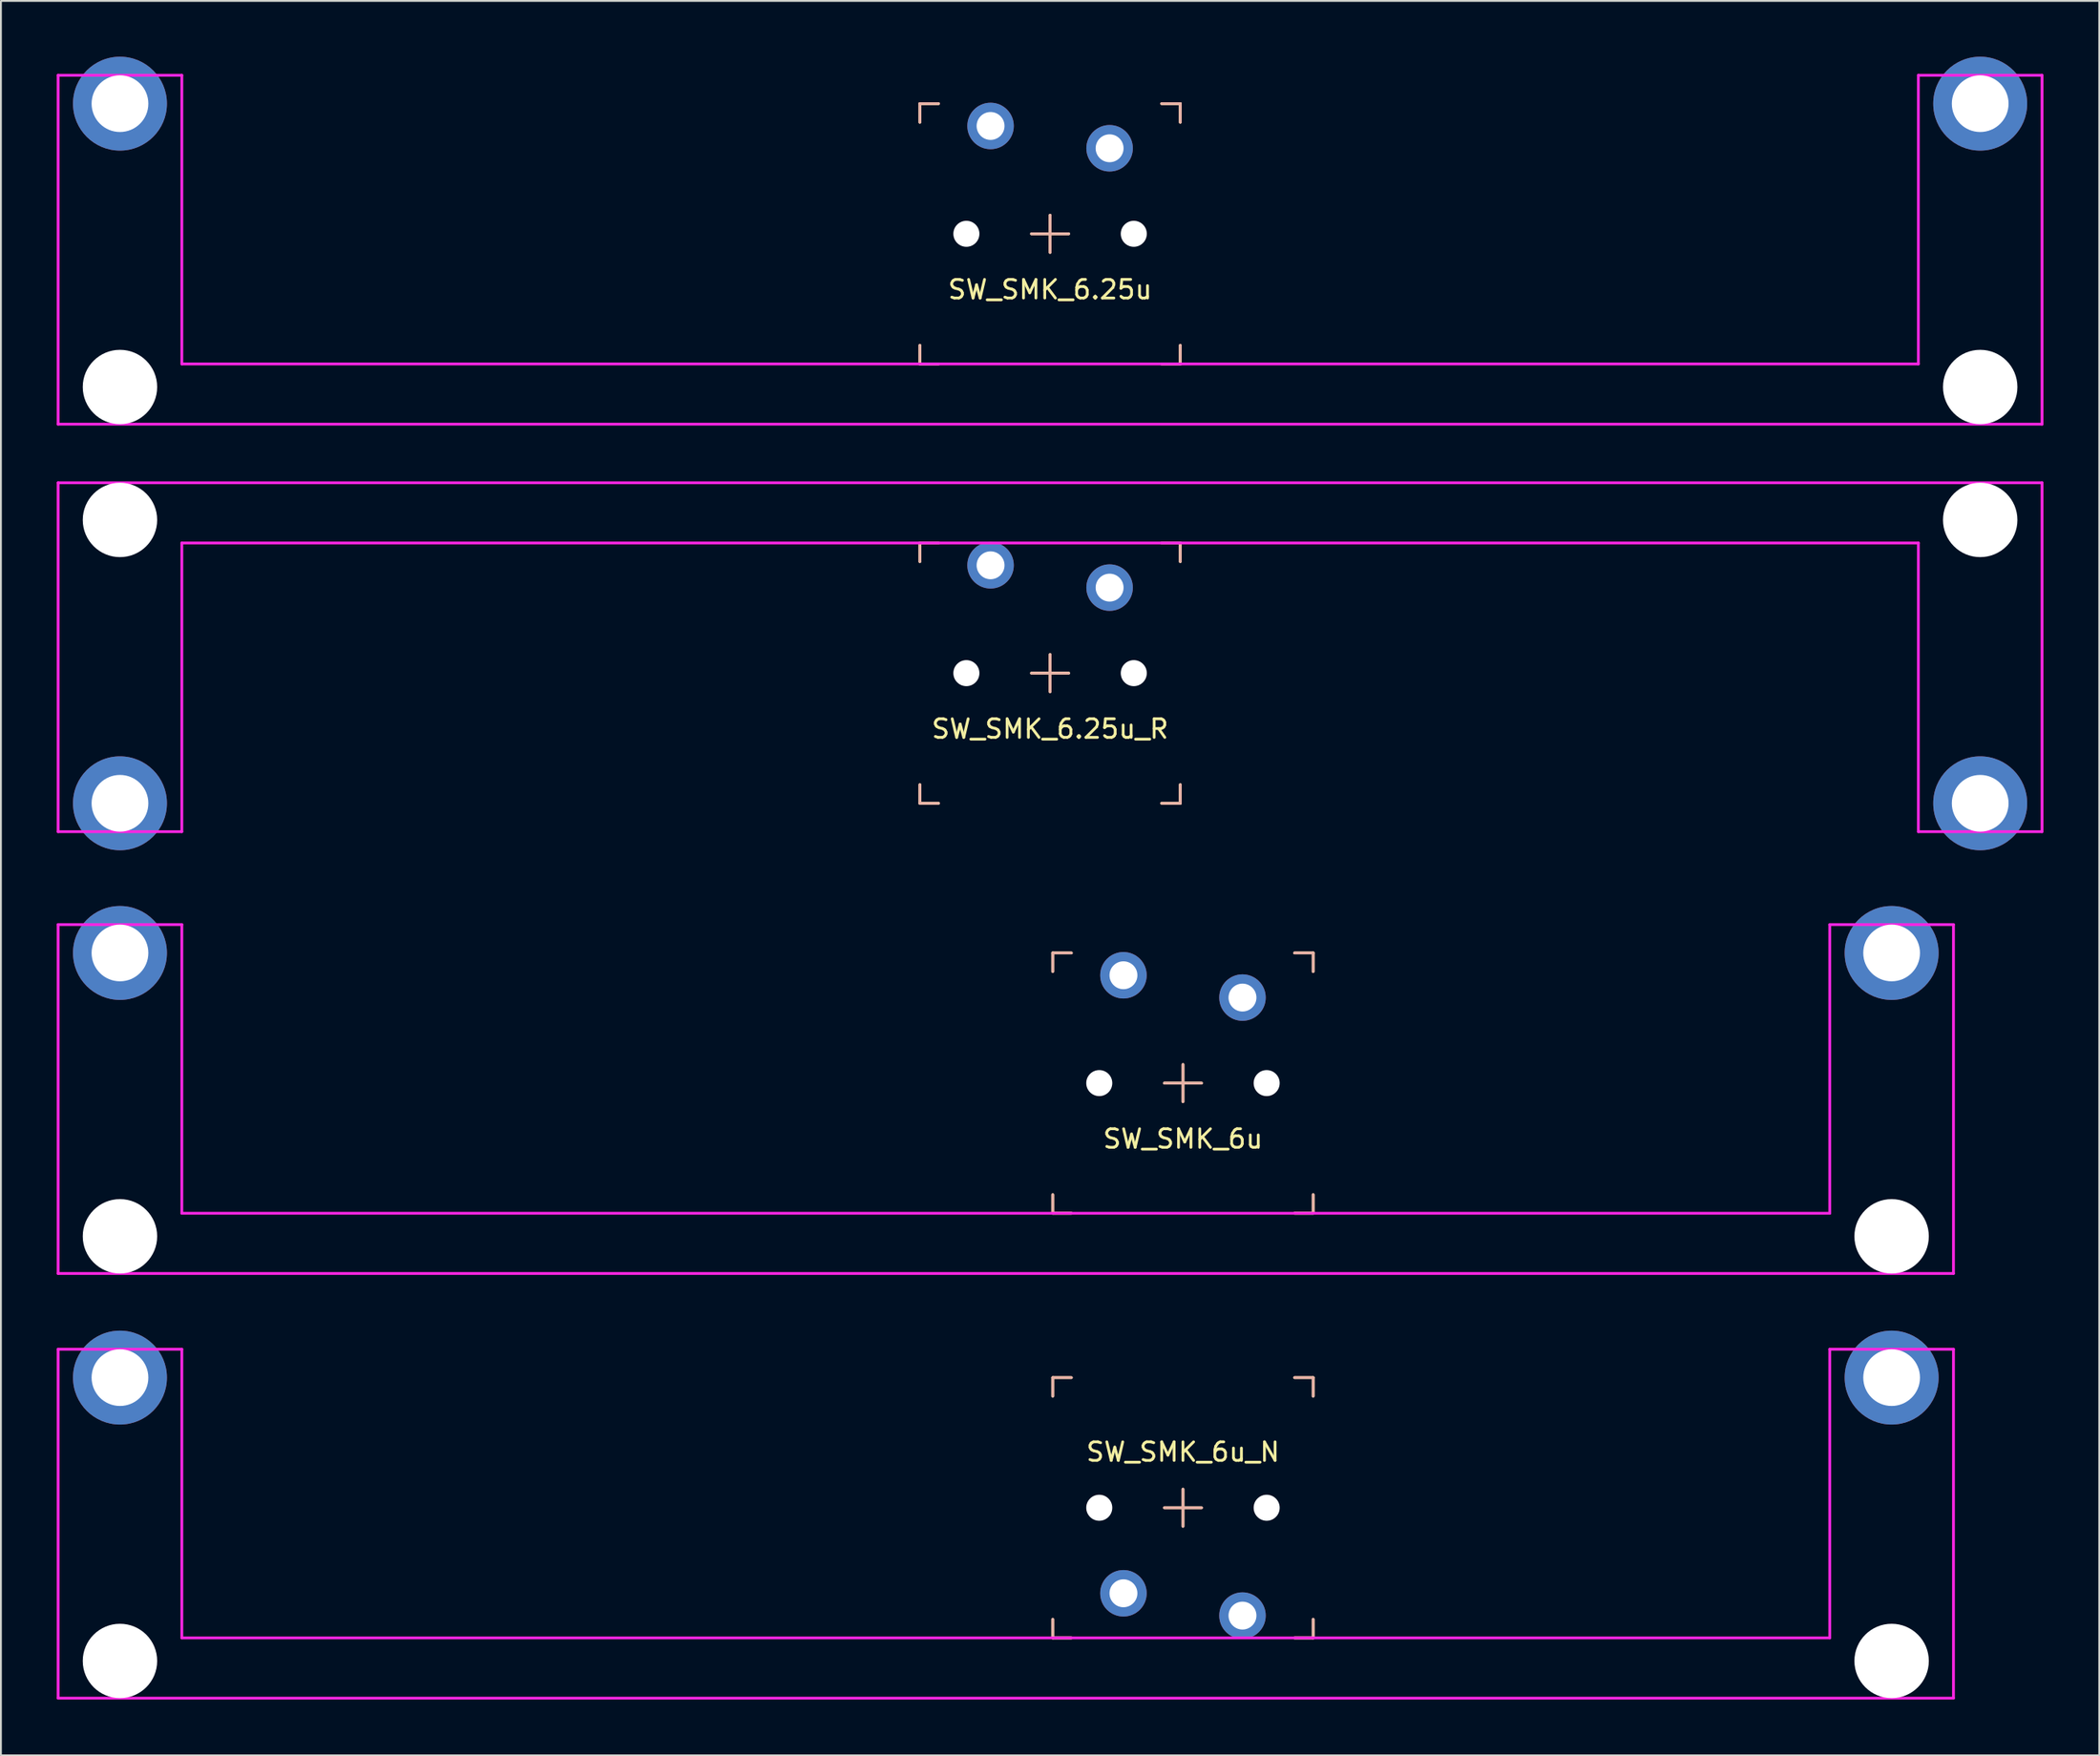
<source format=kicad_pcb>
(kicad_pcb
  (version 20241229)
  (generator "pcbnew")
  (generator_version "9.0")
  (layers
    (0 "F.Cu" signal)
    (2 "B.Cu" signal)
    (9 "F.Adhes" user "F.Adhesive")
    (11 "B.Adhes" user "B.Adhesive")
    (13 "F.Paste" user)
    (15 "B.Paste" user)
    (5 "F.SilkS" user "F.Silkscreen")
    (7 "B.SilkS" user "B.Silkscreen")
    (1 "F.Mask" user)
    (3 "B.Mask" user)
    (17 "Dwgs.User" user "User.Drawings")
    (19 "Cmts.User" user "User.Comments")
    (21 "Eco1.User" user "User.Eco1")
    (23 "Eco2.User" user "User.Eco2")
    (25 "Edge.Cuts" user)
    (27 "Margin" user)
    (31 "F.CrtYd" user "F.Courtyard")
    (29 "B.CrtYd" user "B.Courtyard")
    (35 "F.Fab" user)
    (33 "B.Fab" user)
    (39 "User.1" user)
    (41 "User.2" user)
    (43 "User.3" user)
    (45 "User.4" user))
  (footprint "SW_SMK_6u_N"
    (layer "F.Cu")
    (at 60.55 78.045)
    (property "Reference" "SW_SMK_6u_N" (at 0 -3 180) (layer "F.SilkS") (effects (font (size 1 1) (thickness 0.15))))
    (attr through_hole)
    (fp_line (start -7 -7) (end -7 -6) (stroke (width 0.15) (type solid)) (layer "F.SilkS"))
    (fp_line (start -7 6) (end -7 7) (stroke (width 0.15) (type solid)) (layer "F.SilkS"))
    (fp_line (start -7 7) (end -6 7) (stroke (width 0.15) (type solid)) (layer "F.SilkS"))
    (fp_line (start -6 -7) (end -7 -7) (stroke (width 0.15) (type solid)) (layer "F.SilkS"))
    (fp_line (start 0 1) (end 0 -1) (stroke (width 0.15) (type solid)) (layer "F.SilkS"))
    (fp_line (start 1 0) (end -1 0) (stroke (width 0.15) (type solid)) (layer "F.SilkS"))
    (fp_line (start 6 7) (end 7 7) (stroke (width 0.15) (type solid)) (layer "F.SilkS"))
    (fp_line (start 7 -7) (end 6 -7) (stroke (width 0.15) (type solid)) (layer "F.SilkS"))
    (fp_line (start 7 -6) (end 7 -7) (stroke (width 0.15) (type solid)) (layer "F.SilkS"))
    (fp_line (start 7 7) (end 7 6) (stroke (width 0.15) (type solid)) (layer "F.SilkS"))
    (fp_line (start -7 -7) (end -7 -6) (stroke (width 0.15) (type solid)) (layer "B.SilkS"))
    (fp_line (start -7 6) (end -7 7) (stroke (width 0.15) (type solid)) (layer "B.SilkS"))
    (fp_line (start -7 7) (end -6 7) (stroke (width 0.15) (type solid)) (layer "B.SilkS"))
    (fp_line (start -6 -7) (end -7 -7) (stroke (width 0.15) (type solid)) (layer "B.SilkS"))
    (fp_line (start 0 -1) (end 0 1) (stroke (width 0.15) (type solid)) (layer "B.SilkS"))
    (fp_line (start 1 0) (end -1 0) (stroke (width 0.15) (type solid)) (layer "B.SilkS"))
    (fp_line (start 6 7) (end 7 7) (stroke (width 0.15) (type solid)) (layer "B.SilkS"))
    (fp_line (start 7 -7) (end 6 -7) (stroke (width 0.15) (type solid)) (layer "B.SilkS"))
    (fp_line (start 7 -6) (end 7 -7) (stroke (width 0.15) (type solid)) (layer "B.SilkS"))
    (fp_line (start 7 7) (end 7 6) (stroke (width 0.15) (type solid)) (layer "B.SilkS"))
    (fp_line (start -60.475 -8.525) (end -53.825 -8.525) (stroke (width 0.15) (type solid)) (layer "F.CrtYd"))
    (fp_line (start -60.475 10.24) (end -60.475 -8.525) (stroke (width 0.15) (type solid)) (layer "F.CrtYd"))
    (fp_line (start -53.825 -8.525) (end -53.825 7) (stroke (width 0.15) (type solid)) (layer "F.CrtYd"))
    (fp_line (start -53.825 7) (end 34.775 7) (stroke (width 0.15) (type solid)) (layer "F.CrtYd"))
    (fp_line (start 34.775 -8.525) (end 34.775 7) (stroke (width 0.15) (type solid)) (layer "F.CrtYd"))
    (fp_line (start 41.425 -8.525) (end 34.775 -8.525) (stroke (width 0.15) (type solid)) (layer "F.CrtYd"))
    (fp_line (start 41.425 10.24) (end -60.475 10.24) (stroke (width 0.15) (type solid)) (layer "F.CrtYd"))
    (fp_line (start 41.425 10.24) (end 41.425 -8.525) (stroke (width 0.15) (type solid)) (layer "F.CrtYd"))
    (pad "" np_thru_hole circle (at -57.15 -7 180) (size 3.05 3.05) (drill 3.05) (layers "*.Cu" "*.Mask"))
    (pad "" np_thru_hole circle (at -57.15 8.24 180) (size 4 4) (drill 4) (layers "*.Cu" "*.Mask"))
    (pad "" np_thru_hole circle (at -4.5 0 180) (size 1.4 1.4) (drill 1.4) (layers "*.Cu" "*.Mask"))
    (pad "" np_thru_hole circle (at 4.5 0 180) (size 1.4 1.4) (drill 1.4) (layers "*.Cu" "*.Mask"))
    (pad "" np_thru_hole circle (at 38.1 -7 180) (size 3.05 3.05) (drill 3.05) (layers "*.Cu" "*.Mask"))
    (pad "" np_thru_hole circle (at 38.1 8.24 180) (size 4 4) (drill 4) (layers "*.Cu" "*.Mask"))
    (pad "1" thru_hole circle (at 3.2 5.8 180) (size 2.5 2.5) (drill 1.5) (layers "*.Cu" "*.Mask"))
    (pad "2" thru_hole circle (at -3.2 4.6 180) (size 2.5 2.5) (drill 1.5) (layers "*.Cu" "*.Mask"))
    (pad "3" smd circle (at -57.15 -7 180) (size 5.05 5.05) (layers "F.Cu"))
    (pad "3" smd circle (at -57.15 -7 180) (size 5.05 5.05) (layers "B.Cu" "B.Mask"))
    (pad "3" smd circle (at 38.1 -7 180) (size 5.05 5.05) (layers "F.Cu"))
    (pad "3" smd circle (at 38.1 -7 180) (size 5.05 5.05) (layers "B.Cu" "B.Mask")))
  (footprint "SW_SMK_6u"
    (layer "F.Cu")
    (at 60.55 55.205)
    (property "Reference" "SW_SMK_6u" (at 0 3 0) (layer "F.SilkS") (effects (font (size 1 1) (thickness 0.15))))
    (attr through_hole)
    (fp_line (start -7 -7) (end -7 -6) (stroke (width 0.15) (type solid)) (layer "F.SilkS"))
    (fp_line (start -7 6) (end -7 7) (stroke (width 0.15) (type solid)) (layer "F.SilkS"))
    (fp_line (start -7 7) (end -6 7) (stroke (width 0.15) (type solid)) (layer "F.SilkS"))
    (fp_line (start -6 -7) (end -7 -7) (stroke (width 0.15) (type solid)) (layer "F.SilkS"))
    (fp_line (start -1 0) (end 1 0) (stroke (width 0.15) (type solid)) (layer "F.SilkS"))
    (fp_line (start 0 -1) (end 0 1) (stroke (width 0.15) (type solid)) (layer "F.SilkS"))
    (fp_line (start 6 7) (end 7 7) (stroke (width 0.15) (type solid)) (layer "F.SilkS"))
    (fp_line (start 7 -7) (end 6 -7) (stroke (width 0.15) (type solid)) (layer "F.SilkS"))
    (fp_line (start 7 -6) (end 7 -7) (stroke (width 0.15) (type solid)) (layer "F.SilkS"))
    (fp_line (start 7 7) (end 7 6) (stroke (width 0.15) (type solid)) (layer "F.SilkS"))
    (fp_line (start -7 -7) (end -7 -6) (stroke (width 0.15) (type solid)) (layer "B.SilkS"))
    (fp_line (start -7 6) (end -7 7) (stroke (width 0.15) (type solid)) (layer "B.SilkS"))
    (fp_line (start -7 7) (end -6 7) (stroke (width 0.15) (type solid)) (layer "B.SilkS"))
    (fp_line (start -6 -7) (end -7 -7) (stroke (width 0.15) (type solid)) (layer "B.SilkS"))
    (fp_line (start -1 0) (end 1 0) (stroke (width 0.15) (type solid)) (layer "B.SilkS"))
    (fp_line (start 0 1) (end 0 -1) (stroke (width 0.15) (type solid)) (layer "B.SilkS"))
    (fp_line (start 6 7) (end 7 7) (stroke (width 0.15) (type solid)) (layer "B.SilkS"))
    (fp_line (start 7 -7) (end 6 -7) (stroke (width 0.15) (type solid)) (layer "B.SilkS"))
    (fp_line (start 7 -6) (end 7 -7) (stroke (width 0.15) (type solid)) (layer "B.SilkS"))
    (fp_line (start 7 7) (end 7 6) (stroke (width 0.15) (type solid)) (layer "B.SilkS"))
    (fp_line (start -60.475 -8.525) (end -53.825 -8.525) (stroke (width 0.15) (type solid)) (layer "F.CrtYd"))
    (fp_line (start -60.475 10.24) (end -60.475 -8.525) (stroke (width 0.15) (type solid)) (layer "F.CrtYd"))
    (fp_line (start -53.825 -8.525) (end -53.825 7) (stroke (width 0.15) (type solid)) (layer "F.CrtYd"))
    (fp_line (start -53.825 7) (end 34.775 7) (stroke (width 0.15) (type solid)) (layer "F.CrtYd"))
    (fp_line (start 34.775 -8.525) (end 34.775 7) (stroke (width 0.15) (type solid)) (layer "F.CrtYd"))
    (fp_line (start 41.425 -8.525) (end 34.775 -8.525) (stroke (width 0.15) (type solid)) (layer "F.CrtYd"))
    (fp_line (start 41.425 10.24) (end -60.475 10.24) (stroke (width 0.15) (type solid)) (layer "F.CrtYd"))
    (fp_line (start 41.425 10.24) (end 41.425 -8.525) (stroke (width 0.15) (type solid)) (layer "F.CrtYd"))
    (pad "" np_thru_hole circle (at -57.15 -7 180) (size 3.05 3.05) (drill 3.05) (layers "*.Cu" "*.Mask"))
    (pad "" np_thru_hole circle (at -57.15 8.24 180) (size 4 4) (drill 4) (layers "*.Cu" "*.Mask"))
    (pad "" np_thru_hole circle (at -4.5 0) (size 1.4 1.4) (drill 1.4) (layers "*.Cu" "*.Mask"))
    (pad "" np_thru_hole circle (at 4.5 0) (size 1.4 1.4) (drill 1.4) (layers "*.Cu" "*.Mask"))
    (pad "" np_thru_hole circle (at 38.1 -7 180) (size 3.05 3.05) (drill 3.05) (layers "*.Cu" "*.Mask"))
    (pad "" np_thru_hole circle (at 38.1 8.24 180) (size 4 4) (drill 4) (layers "*.Cu" "*.Mask"))
    (pad "1" thru_hole circle (at -3.2 -5.8) (size 2.5 2.5) (drill 1.5) (layers "*.Cu" "*.Mask"))
    (pad "2" thru_hole circle (at 3.2 -4.6) (size 2.5 2.5) (drill 1.5) (layers "*.Cu" "*.Mask"))
    (pad "3" smd circle (at -57.15 -7 180) (size 5.05 5.05) (layers "F.Cu"))
    (pad "3" smd circle (at -57.15 -7 180) (size 5.05 5.05) (layers "B.Cu" "B.Mask"))
    (pad "3" smd circle (at 38.1 -7 180) (size 5.05 5.05) (layers "F.Cu"))
    (pad "3" smd circle (at 38.1 -7 180) (size 5.05 5.05) (layers "B.Cu" "B.Mask")))
  (footprint "SW_SMK_6.25u"
    (layer "F.Cu")
    (at 53.406 9.525)
    (property "Reference" "SW_SMK_6.25u" (at 0 3 0) (layer "F.SilkS") (effects (font (size 1 1) (thickness 0.15))))
    (attr through_hole)
    (fp_line (start -7 -7) (end -7 -6) (stroke (width 0.15) (type solid)) (layer "F.SilkS"))
    (fp_line (start -7 6) (end -7 7) (stroke (width 0.15) (type solid)) (layer "F.SilkS"))
    (fp_line (start -7 7) (end -6 7) (stroke (width 0.15) (type solid)) (layer "F.SilkS"))
    (fp_line (start -6 -7) (end -7 -7) (stroke (width 0.15) (type solid)) (layer "F.SilkS"))
    (fp_line (start -1 0) (end 1 0) (stroke (width 0.15) (type solid)) (layer "F.SilkS"))
    (fp_line (start 0 -1) (end 0 1) (stroke (width 0.15) (type solid)) (layer "F.SilkS"))
    (fp_line (start 6 7) (end 7 7) (stroke (width 0.15) (type solid)) (layer "F.SilkS"))
    (fp_line (start 7 -7) (end 6 -7) (stroke (width 0.15) (type solid)) (layer "F.SilkS"))
    (fp_line (start 7 -6) (end 7 -7) (stroke (width 0.15) (type solid)) (layer "F.SilkS"))
    (fp_line (start 7 7) (end 7 6) (stroke (width 0.15) (type solid)) (layer "F.SilkS"))
    (fp_line (start -7 -7) (end -7 -6) (stroke (width 0.15) (type solid)) (layer "B.SilkS"))
    (fp_line (start -7 6) (end -7 7) (stroke (width 0.15) (type solid)) (layer "B.SilkS"))
    (fp_line (start -7 7) (end -6 7) (stroke (width 0.15) (type solid)) (layer "B.SilkS"))
    (fp_line (start -6 -7) (end -7 -7) (stroke (width 0.15) (type solid)) (layer "B.SilkS"))
    (fp_line (start -1 0) (end 1 0) (stroke (width 0.15) (type solid)) (layer "B.SilkS"))
    (fp_line (start 0 1) (end 0 -1) (stroke (width 0.15) (type solid)) (layer "B.SilkS"))
    (fp_line (start 6 7) (end 7 7) (stroke (width 0.15) (type solid)) (layer "B.SilkS"))
    (fp_line (start 7 -7) (end 6 -7) (stroke (width 0.15) (type solid)) (layer "B.SilkS"))
    (fp_line (start 7 -6) (end 7 -7) (stroke (width 0.15) (type solid)) (layer "B.SilkS"))
    (fp_line (start 7 7) (end 7 6) (stroke (width 0.15) (type solid)) (layer "B.SilkS"))
    (fp_line (start -53.331 -8.525) (end -46.681 -8.525) (stroke (width 0.15) (type solid)) (layer "F.CrtYd"))
    (fp_line (start -53.331 10.24) (end -53.331 -8.525) (stroke (width 0.15) (type solid)) (layer "F.CrtYd"))
    (fp_line (start -53.331 10.24) (end 53.331 10.24) (stroke (width 0.15) (type solid)) (layer "F.CrtYd"))
    (fp_line (start -46.681 -8.525) (end -46.681 7) (stroke (width 0.15) (type solid)) (layer "F.CrtYd"))
    (fp_line (start 46.681 -8.525) (end 46.681 7) (stroke (width 0.15) (type solid)) (layer "F.CrtYd"))
    (fp_line (start 46.681 7) (end -46.681 7) (stroke (width 0.15) (type solid)) (layer "F.CrtYd"))
    (fp_line (start 53.331 -8.525) (end 46.681 -8.525) (stroke (width 0.15) (type solid)) (layer "F.CrtYd"))
    (fp_line (start 53.331 10.24) (end 53.331 -8.525) (stroke (width 0.15) (type solid)) (layer "F.CrtYd"))
    (pad "" np_thru_hole circle (at -50.006 -7 180) (size 3.05 3.05) (drill 3.05) (layers "*.Cu" "*.Mask"))
    (pad "" np_thru_hole circle (at -50.006 8.24 180) (size 4 4) (drill 4) (layers "*.Cu" "*.Mask"))
    (pad "" np_thru_hole circle (at -4.5 0) (size 1.4 1.4) (drill 1.4) (layers "*.Cu" "*.Mask"))
    (pad "" np_thru_hole circle (at 4.5 0) (size 1.4 1.4) (drill 1.4) (layers "*.Cu" "*.Mask"))
    (pad "" np_thru_hole circle (at 50.006 -7 180) (size 3.05 3.05) (drill 3.05) (layers "*.Cu" "*.Mask"))
    (pad "" np_thru_hole circle (at 50.006 8.24 180) (size 4 4) (drill 4) (layers "*.Cu" "*.Mask"))
    (pad "1" thru_hole circle (at -3.2 -5.8) (size 2.5 2.5) (drill 1.5) (layers "*.Cu" "*.Mask"))
    (pad "2" thru_hole circle (at 3.2 -4.6) (size 2.5 2.5) (drill 1.5) (layers "*.Cu" "*.Mask"))
    (pad "3" smd circle (at -50.006 -7 180) (size 5.05 5.05) (layers "F.Cu"))
    (pad "3" smd circle (at -50.006 -7 180) (size 5.05 5.05) (layers "B.Cu" "B.Mask"))
    (pad "3" smd circle (at 50.006 -7 180) (size 5.05 5.05) (layers "F.Cu"))
    (pad "3" smd circle (at 50.006 -7 180) (size 5.05 5.05) (layers "B.Cu" "B.Mask")))
  (footprint "SW_SMK_6.25u_R"
    (layer "F.Cu")
    (at 53.406 33.155)
    (property "Reference" "SW_SMK_6.25u_R" (at 0 3 0) (layer "F.SilkS") (effects (font (size 1 1) (thickness 0.15))))
    (attr through_hole)
    (fp_line (start -7 -7) (end -7 -6) (stroke (width 0.15) (type solid)) (layer "F.SilkS"))
    (fp_line (start -7 6) (end -7 7) (stroke (width 0.15) (type solid)) (layer "F.SilkS"))
    (fp_line (start -7 7) (end -6 7) (stroke (width 0.15) (type solid)) (layer "F.SilkS"))
    (fp_line (start -6 -7) (end -7 -7) (stroke (width 0.15) (type solid)) (layer "F.SilkS"))
    (fp_line (start -1 0) (end 1 0) (stroke (width 0.15) (type solid)) (layer "F.SilkS"))
    (fp_line (start 0 -1) (end 0 1) (stroke (width 0.15) (type solid)) (layer "F.SilkS"))
    (fp_line (start 6 7) (end 7 7) (stroke (width 0.15) (type solid)) (layer "F.SilkS"))
    (fp_line (start 7 -7) (end 6 -7) (stroke (width 0.15) (type solid)) (layer "F.SilkS"))
    (fp_line (start 7 -6) (end 7 -7) (stroke (width 0.15) (type solid)) (layer "F.SilkS"))
    (fp_line (start 7 7) (end 7 6) (stroke (width 0.15) (type solid)) (layer "F.SilkS"))
    (fp_line (start -7 -7) (end -7 -6) (stroke (width 0.15) (type solid)) (layer "B.SilkS"))
    (fp_line (start -7 6) (end -7 7) (stroke (width 0.15) (type solid)) (layer "B.SilkS"))
    (fp_line (start -7 7) (end -6 7) (stroke (width 0.15) (type solid)) (layer "B.SilkS"))
    (fp_line (start -6 -7) (end -7 -7) (stroke (width 0.15) (type solid)) (layer "B.SilkS"))
    (fp_line (start -1 0) (end 1 0) (stroke (width 0.15) (type solid)) (layer "B.SilkS"))
    (fp_line (start 0 1) (end 0 -1) (stroke (width 0.15) (type solid)) (layer "B.SilkS"))
    (fp_line (start 6 7) (end 7 7) (stroke (width 0.15) (type solid)) (layer "B.SilkS"))
    (fp_line (start 7 -7) (end 6 -7) (stroke (width 0.15) (type solid)) (layer "B.SilkS"))
    (fp_line (start 7 -6) (end 7 -7) (stroke (width 0.15) (type solid)) (layer "B.SilkS"))
    (fp_line (start 7 7) (end 7 6) (stroke (width 0.15) (type solid)) (layer "B.SilkS"))
    (fp_line (start -53.331 -10.24) (end -53.331 8.525) (stroke (width 0.15) (type solid)) (layer "F.CrtYd"))
    (fp_line (start -53.331 8.525) (end -46.681 8.525) (stroke (width 0.15) (type solid)) (layer "F.CrtYd"))
    (fp_line (start -46.681 -7) (end 46.681 -7) (stroke (width 0.15) (type solid)) (layer "F.CrtYd"))
    (fp_line (start -46.681 8.525) (end -46.681 -7) (stroke (width 0.15) (type solid)) (layer "F.CrtYd"))
    (fp_line (start 46.681 8.525) (end 46.681 -7) (stroke (width 0.15) (type solid)) (layer "F.CrtYd"))
    (fp_line (start 53.331 -10.24) (end -53.331 -10.24) (stroke (width 0.15) (type solid)) (layer "F.CrtYd"))
    (fp_line (start 53.331 -10.24) (end 53.331 8.525) (stroke (width 0.15) (type solid)) (layer "F.CrtYd"))
    (fp_line (start 53.331 8.525) (end 46.681 8.525) (stroke (width 0.15) (type solid)) (layer "F.CrtYd"))
    (pad "" np_thru_hole circle (at -50.006 -8.24) (size 4 4) (drill 4) (layers "*.Cu" "*.Mask"))
    (pad "" np_thru_hole circle (at -50.006 7) (size 3.05 3.05) (drill 3.05) (layers "*.Cu" "*.Mask"))
    (pad "" np_thru_hole circle (at -4.5 0) (size 1.4 1.4) (drill 1.4) (layers "*.Cu" "*.Mask"))
    (pad "" np_thru_hole circle (at 4.5 0) (size 1.4 1.4) (drill 1.4) (layers "*.Cu" "*.Mask"))
    (pad "" np_thru_hole circle (at 50.006 -8.24) (size 4 4) (drill 4) (layers "*.Cu" "*.Mask"))
    (pad "" np_thru_hole circle (at 50.006 7) (size 3.05 3.05) (drill 3.05) (layers "*.Cu" "*.Mask"))
    (pad "1" thru_hole circle (at -3.2 -5.8) (size 2.5 2.5) (drill 1.5) (layers "*.Cu" "*.Mask"))
    (pad "2" thru_hole circle (at 3.2 -4.6) (size 2.5 2.5) (drill 1.5) (layers "*.Cu" "*.Mask"))
    (pad "3" smd circle (at -50.006 7) (size 5.05 5.05) (layers "F.Cu"))
    (pad "3" smd circle (at -50.006 7) (size 5.05 5.05) (layers "B.Cu" "B.Mask"))
    (pad "3" smd circle (at 50.006 7) (size 5.05 5.05) (layers "F.Cu"))
    (pad "3" smd circle (at 50.006 7) (size 5.05 5.05) (layers "B.Cu" "B.Mask")))
  (gr_rect
    (start -3 -3)
    (end 109.812 91.36)
    (stroke (width 0.1) (type default))
    (fill no)
    (layer "Edge.Cuts")))
</source>
